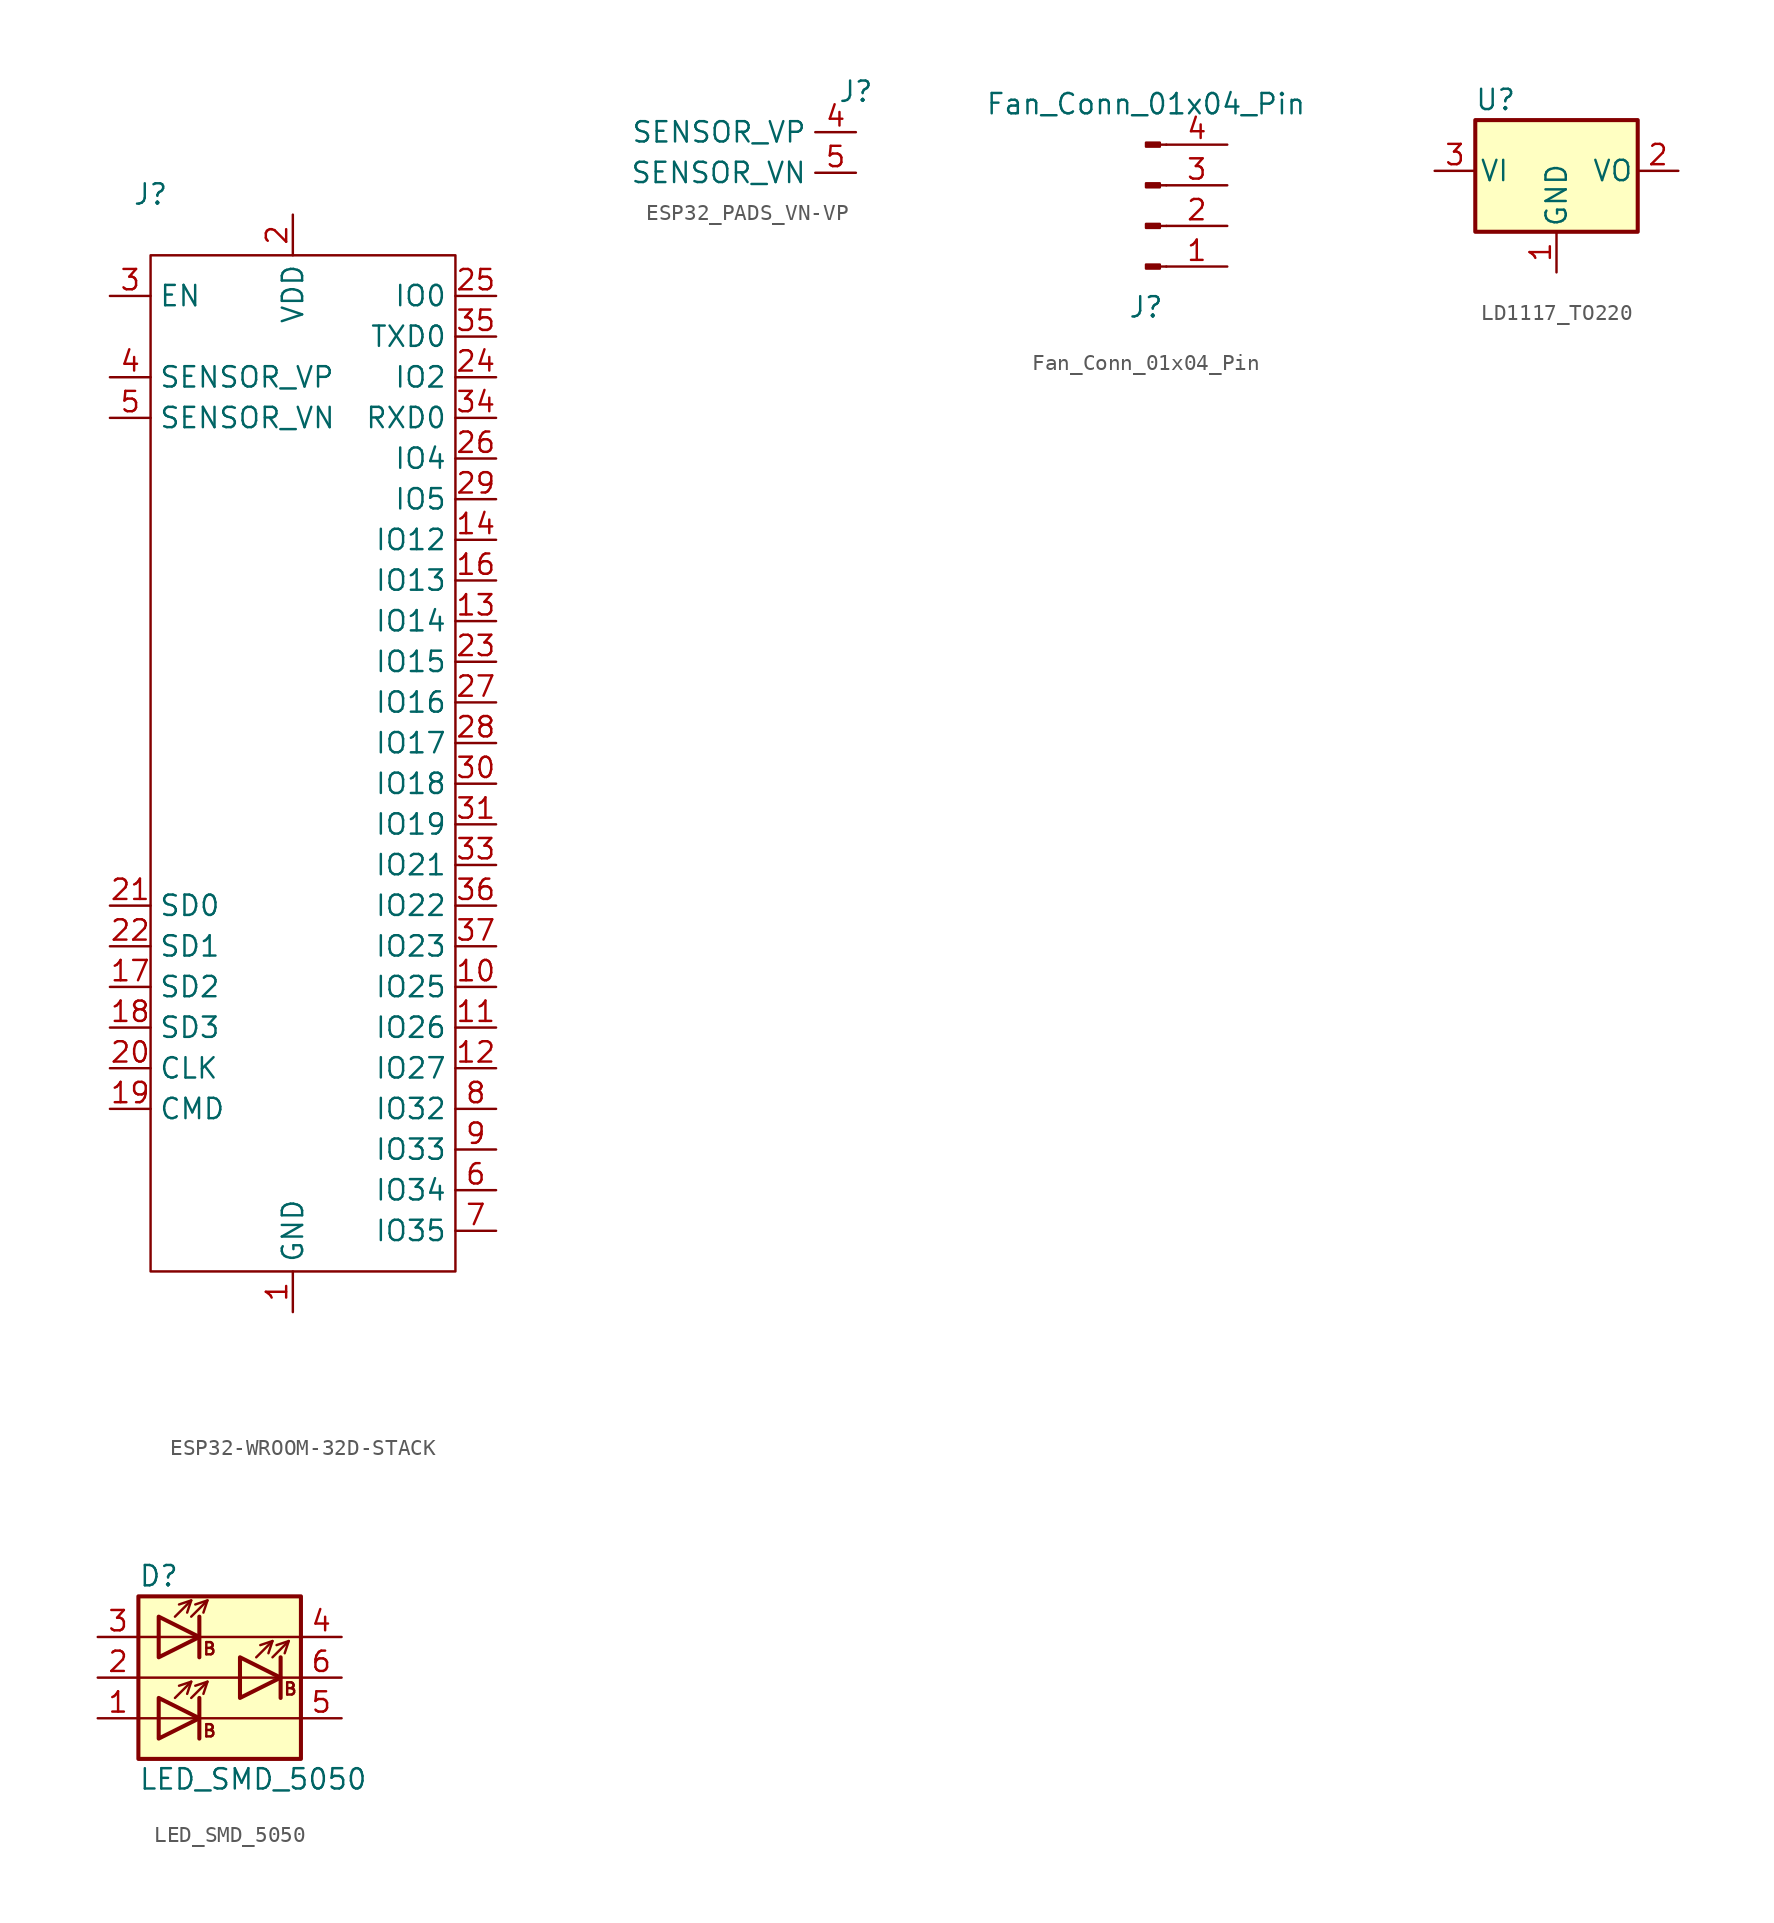
<source format=kicad_sym>
(kicad_symbol_lib
  (version 20231120)
  (generator "kicad_symbol_editor")
  (generator_version "8.0")
  (symbol "ESP32-WROOM-32D-STACK"
    (property "Reference" "J"
      (at 0 0 0)
      (effects (font (size 1.27 1.27))))
    (property "Value" ""
      (at 0 0 0)
      (effects (font (size 1.27 1.27))))
    (symbol "ESP32-WROOM-32D-STACK_0_1"
      (rectangle (start 0 -3.81) (end 19.05 -67.31) (stroke (width 0) (type default)) (fill (type none))))
    (symbol "ESP32-WROOM-32D-STACK_1_1"
      (pin power_out line (at 8.89 -69.85 90) (length 2.54) (name "GND" (effects (font (size 1.27 1.27)))) (number "1" (effects (font (size 1.27 1.27)))))
      (pin bidirectional line (at 21.59 -49.53 180) (length 2.54) (name "IO25" (effects (font (size 1.27 1.27)))) (number "10" (effects (font (size 1.27 1.27)))))
      (pin bidirectional line (at 21.59 -52.07 180) (length 2.54) (name "IO26" (effects (font (size 1.27 1.27)))) (number "11" (effects (font (size 1.27 1.27)))))
      (pin bidirectional line (at 21.59 -54.61 180) (length 2.54) (name "IO27" (effects (font (size 1.27 1.27)))) (number "12" (effects (font (size 1.27 1.27)))))
      (pin bidirectional line (at 21.59 -26.67 180) (length 2.54) (name "IO14" (effects (font (size 1.27 1.27)))) (number "13" (effects (font (size 1.27 1.27)))))
      (pin bidirectional line (at 21.59 -21.59 180) (length 2.54) (name "IO12" (effects (font (size 1.27 1.27)))) (number "14" (effects (font (size 1.27 1.27)))))
      (pin bidirectional line (at 21.59 -24.13 180) (length 2.54) (name "IO13" (effects (font (size 1.27 1.27)))) (number "16" (effects (font (size 1.27 1.27)))))
      (pin input line (at -2.54 -49.53 0) (length 2.54) (name "SD2" (effects (font (size 1.27 1.27)))) (number "17" (effects (font (size 1.27 1.27)))))
      (pin input line (at -2.54 -52.07 0) (length 2.54) (name "SD3" (effects (font (size 1.27 1.27)))) (number "18" (effects (font (size 1.27 1.27)))))
      (pin input line (at -2.54 -57.15 0) (length 2.54) (name "CMD" (effects (font (size 1.27 1.27)))) (number "19" (effects (font (size 1.27 1.27)))))
      (pin power_in line (at 8.89 -1.27 270) (length 2.54) (name "VDD" (effects (font (size 1.27 1.27)))) (number "2" (effects (font (size 1.27 1.27)))))
      (pin input line (at -2.54 -54.61 0) (length 2.54) (name "CLK" (effects (font (size 1.27 1.27)))) (number "20" (effects (font (size 1.27 1.27)))))
      (pin input line (at -2.54 -44.45 0) (length 2.54) (name "SD0" (effects (font (size 1.27 1.27)))) (number "21" (effects (font (size 1.27 1.27)))))
      (pin input line (at -2.54 -46.99 0) (length 2.54) (name "SD1" (effects (font (size 1.27 1.27)))) (number "22" (effects (font (size 1.27 1.27)))))
      (pin bidirectional line (at 21.59 -29.21 180) (length 2.54) (name "IO15" (effects (font (size 1.27 1.27)))) (number "23" (effects (font (size 1.27 1.27)))))
      (pin bidirectional line (at 21.59 -11.43 180) (length 2.54) (name "IO2" (effects (font (size 1.27 1.27)))) (number "24" (effects (font (size 1.27 1.27)))))
      (pin bidirectional line (at 21.59 -6.35 180) (length 2.54) (name "IO0" (effects (font (size 1.27 1.27)))) (number "25" (effects (font (size 1.27 1.27)))))
      (pin bidirectional line (at 21.59 -16.51 180) (length 2.54) (name "IO4" (effects (font (size 1.27 1.27)))) (number "26" (effects (font (size 1.27 1.27)))))
      (pin bidirectional line (at 21.59 -31.75 180) (length 2.54) (name "IO16" (effects (font (size 1.27 1.27)))) (number "27" (effects (font (size 1.27 1.27)))))
      (pin bidirectional line (at 21.59 -34.29 180) (length 2.54) (name "IO17" (effects (font (size 1.27 1.27)))) (number "28" (effects (font (size 1.27 1.27)))))
      (pin bidirectional line (at 21.59 -19.05 180) (length 2.54) (name "IO5" (effects (font (size 1.27 1.27)))) (number "29" (effects (font (size 1.27 1.27)))))
      (pin input line (at -2.54 -6.35 0) (length 2.54) (name "EN" (effects (font (size 1.27 1.27)))) (number "3" (effects (font (size 1.27 1.27)))))
      (pin bidirectional line (at 21.59 -36.83 180) (length 2.54) (name "IO18" (effects (font (size 1.27 1.27)))) (number "30" (effects (font (size 1.27 1.27)))))
      (pin bidirectional line (at 21.59 -39.37 180) (length 2.54) (name "IO19" (effects (font (size 1.27 1.27)))) (number "31" (effects (font (size 1.27 1.27)))))
      (pin bidirectional line (at 21.59 -41.91 180) (length 2.54) (name "IO21" (effects (font (size 1.27 1.27)))) (number "33" (effects (font (size 1.27 1.27)))))
      (pin input line (at 21.59 -13.97 180) (length 2.54) (name "RXD0" (effects (font (size 1.27 1.27)))) (number "34" (effects (font (size 1.27 1.27)))))
      (pin output line (at 21.59 -8.89 180) (length 2.54) (name "TXD0" (effects (font (size 1.27 1.27)))) (number "35" (effects (font (size 1.27 1.27)))))
      (pin bidirectional line (at 21.59 -44.45 180) (length 2.54) (name "IO22" (effects (font (size 1.27 1.27)))) (number "36" (effects (font (size 1.27 1.27)))))
      (pin bidirectional line (at 21.59 -46.99 180) (length 2.54) (name "IO23" (effects (font (size 1.27 1.27)))) (number "37" (effects (font (size 1.27 1.27)))))
      (pin input line (at -2.54 -11.43 0) (length 2.54) (name "SENSOR_VP" (effects (font (size 1.27 1.27)))) (number "4" (effects (font (size 1.27 1.27)))))
      (pin input line (at -2.54 -13.97 0) (length 2.54) (name "SENSOR_VN" (effects (font (size 1.27 1.27)))) (number "5" (effects (font (size 1.27 1.27)))))
      (pin bidirectional line (at 21.59 -62.23 180) (length 2.54) (name "IO34" (effects (font (size 1.27 1.27)))) (number "6" (effects (font (size 1.27 1.27)))))
      (pin bidirectional line (at 21.59 -64.77 180) (length 2.54) (name "IO35" (effects (font (size 1.27 1.27)))) (number "7" (effects (font (size 1.27 1.27)))))
      (pin bidirectional line (at 21.59 -57.15 180) (length 2.54) (name "IO32" (effects (font (size 1.27 1.27)))) (number "8" (effects (font (size 1.27 1.27)))))
      (pin bidirectional line (at 21.59 -59.69 180) (length 2.54) (name "IO33" (effects (font (size 1.27 1.27)))) (number "9" (effects (font (size 1.27 1.27)))))))
  (symbol "ESP32_PADS_VN-VP"
    (property "Reference" "J"
      (at 0 0 0)
      (effects (font (size 1.27 1.27))))
    (property "Value" ""
      (at 0 0 0)
      (effects (font (size 1.27 1.27))))
    (symbol "ESP32_PADS_VN-VP_1_1"
      (pin bidirectional line (at 0 -2.54 180) (length 2.54) (name "SENSOR_VP" (effects (font (size 1.27 1.27)))) (number "4" (effects (font (size 1.27 1.27)))))
      (pin bidirectional line (at 0 -5.08 180) (length 2.54) (name "SENSOR_VN" (effects (font (size 1.27 1.27)))) (number "5" (effects (font (size 1.27 1.27)))))))
  (symbol "Fan_Conn_01x04_Pin"
    (pin_names
      (offset 1.016) hide)
    (property "Reference" "J"
      (at 0 -7.62 0)
      (effects (font (size 1.27 1.27))))
    (property "Value" "Fan_Conn_01x04_Pin"
      (at 0 5.08 0)
      (effects (font (size 1.27 1.27))))
    (property "ki_locked" ""
      (at 0 0 0)
      (effects (font (size 1.27 1.27))))
    (symbol "Fan_Conn_01x04_Pin_1_1"
      (rectangle (start 0 -4.953) (end 0.864 -5.207) (stroke (width 0.152) (type default)) (fill (type outline)))
      (rectangle (start 0 -2.413) (end 0.864 -2.667) (stroke (width 0.152) (type default)) (fill (type outline)))
      (polyline (pts (xy 1.27 -5.08) (xy 0.864 -5.08)) (stroke (width 0.152) (type default)) (fill (type none)))
      (polyline (pts (xy 1.27 -2.54) (xy 0.864 -2.54)) (stroke (width 0.152) (type default)) (fill (type none)))
      (polyline (pts (xy 1.27 0) (xy 0.864 0)) (stroke (width 0.152) (type default)) (fill (type none)))
      (polyline (pts (xy 1.27 2.54) (xy 0.864 2.54)) (stroke (width 0.152) (type default)) (fill (type none)))
      (rectangle (start 0 0.127) (end 0.864 -0.127) (stroke (width 0.152) (type default)) (fill (type outline)))
      (rectangle (start 0 2.667) (end 0.864 2.413) (stroke (width 0.152) (type default)) (fill (type outline)))
      (pin passive line (at 5.08 -5.08 180) (length 3.81) (name "GND" (effects (font (size 1.27 1.27)))) (number "1" (effects (font (size 1.27 1.27)))))
      (pin passive line (at 5.08 -2.54 180) (length 3.81) (name "12V" (effects (font (size 1.27 1.27)))) (number "2" (effects (font (size 1.27 1.27)))))
      (pin passive line (at 5.08 0 180) (length 3.81) (name "SENSE" (effects (font (size 1.27 1.27)))) (number "3" (effects (font (size 1.27 1.27)))))
      (pin passive line (at 5.08 2.54 180) (length 3.81) (name "CTRL" (effects (font (size 1.27 1.27)))) (number "4" (effects (font (size 1.27 1.27)))))))
  (symbol "LD1117_TO220"
    (pin_names
      (offset 0.254))
    (property "Reference" "U"
      (at -3.81 3.175 0)
      (effects (font (size 1.27 1.27))))
    (symbol "LD1117_TO220_0_1"
      (rectangle (start -5.08 1.905) (end 5.08 -5.08) (stroke (width 0.254) (type default)) (fill (type background))))
    (symbol "LD1117_TO220_1_1"
      (pin power_in line (at 0 -7.62 90) (length 2.54) (name "GND" (effects (font (size 1.27 1.27)))) (number "1" (effects (font (size 1.27 1.27)))))
      (pin power_out line (at 7.62 -1.27 180) (length 2.54) (name "VO" (effects (font (size 1.27 1.27)))) (number "2" (effects (font (size 1.27 1.27)))))
      (pin power_in line (at -7.62 -1.27 0) (length 2.54) (name "VI" (effects (font (size 1.27 1.27)))) (number "3" (effects (font (size 1.27 1.27)))))))
  (symbol "LED_SMD_5050"
    (pin_names hide)
    (property "Reference" "D"
      (at -5.08 6.35 0)
      (effects (font (size 1.27 1.27)) (justify left)))
    (property "Value" "LED_SMD_5050"
      (at -5.08 -6.35 0)
      (effects (font (size 1.27 1.27)) (justify left)))
    (symbol "LED_SMD_5050_0_0"
      (text "B" (at -0.635 -3.327 0) (effects (font (size 0.762 0.762)))))
    (symbol "LED_SMD_5050_0_1"
      (rectangle (start -5.08 5.08) (end 5.08 -5.08) (stroke (width 0.254) (type default)) (fill (type background)))
      (polyline (pts (xy -5.08 -2.54) (xy 5.08 -2.54)) (stroke (width 0) (type default)) (fill (type none)))
      (polyline (pts (xy -5.08 0) (xy 5.08 0)) (stroke (width 0) (type default)) (fill (type none)))
      (polyline (pts (xy -5.08 2.54) (xy 5.08 2.54)) (stroke (width 0) (type default)) (fill (type none)))
      (polyline (pts (xy -2.794 -1.27) (xy -1.778 -0.254)) (stroke (width 0) (type default)) (fill (type none)))
      (polyline (pts (xy -2.794 3.81) (xy -1.778 4.826)) (stroke (width 0) (type default)) (fill (type none)))
      (polyline (pts (xy -1.778 -1.27) (xy -0.762 -0.254)) (stroke (width 0) (type default)) (fill (type none)))
      (polyline (pts (xy -1.778 3.81) (xy -0.762 4.826)) (stroke (width 0) (type default)) (fill (type none)))
      (polyline (pts (xy -1.27 -1.27) (xy -1.27 -3.81)) (stroke (width 0.254) (type default)) (fill (type none)))
      (polyline (pts (xy -1.27 3.81) (xy -1.27 1.27)) (stroke (width 0.254) (type default)) (fill (type none)))
      (polyline (pts (xy 2.286 1.27) (xy 3.302 2.286)) (stroke (width 0) (type default)) (fill (type none)))
      (polyline (pts (xy 3.302 1.27) (xy 4.318 2.286)) (stroke (width 0) (type default)) (fill (type none)))
      (polyline (pts (xy 3.81 1.27) (xy 3.81 -1.27)) (stroke (width 0.254) (type default)) (fill (type none)))
      (polyline (pts (xy -2.54 4.572) (xy -1.778 4.826) (xy -2.032 4.064)) (stroke (width 0) (type default)) (fill (type none)))
      (polyline (pts (xy -2.032 -1.016) (xy -1.778 -0.254) (xy -2.54 -0.508)) (stroke (width 0) (type default)) (fill (type none)))
      (polyline (pts (xy -1.524 -0.508) (xy -0.762 -0.254) (xy -1.016 -1.016)) (stroke (width 0) (type default)) (fill (type none)))
      (polyline (pts (xy -1.524 4.572) (xy -0.762 4.826) (xy -1.016 4.064)) (stroke (width 0) (type default)) (fill (type none)))
      (polyline (pts (xy 3.048 1.524) (xy 3.302 2.286) (xy 2.54 2.032)) (stroke (width 0) (type default)) (fill (type none)))
      (polyline (pts (xy 3.556 2.032) (xy 4.318 2.286) (xy 4.064 1.524)) (stroke (width 0) (type default)) (fill (type none)))
      (polyline (pts (xy -3.81 -1.27) (xy -3.81 -3.81) (xy -1.27 -2.54) (xy -3.81 -1.27)) (stroke (width 0.254) (type default)) (fill (type none)))
      (polyline (pts (xy -3.81 3.81) (xy -3.81 1.27) (xy -1.27 2.54) (xy -3.81 3.81)) (stroke (width 0.254) (type default)) (fill (type none)))
      (polyline (pts (xy 1.27 1.27) (xy 1.27 -1.27) (xy 3.81 0) (xy 1.27 1.27)) (stroke (width 0.254) (type default)) (fill (type none))))
    (symbol "LED_SMD_5050_1_0"
      (text "B" (at -0.635 1.803 0) (effects (font (size 0.762 0.762))))
      (text "B" (at 4.42 -0.711 0) (effects (font (size 0.762 0.762)))))
    (symbol "LED_SMD_5050_1_1"
      (pin passive line (at -7.62 -2.54 0) (length 2.54) (name "AB" (effects (font (size 1.27 1.27)))) (number "1" (effects (font (size 1.27 1.27)))))
      (pin passive line (at -7.62 0 0) (length 2.54) (name "KB" (effects (font (size 1.27 1.27)))) (number "2" (effects (font (size 1.27 1.27)))))
      (pin passive line (at -7.62 2.54 0) (length 2.54) (name "AR" (effects (font (size 1.27 1.27)))) (number "3" (effects (font (size 1.27 1.27)))))
      (pin passive line (at 7.62 2.54 180) (length 2.54) (name "KR" (effects (font (size 1.27 1.27)))) (number "4" (effects (font (size 1.27 1.27)))))
      (pin passive line (at 7.62 -2.54 180) (length 2.54) (name "AG" (effects (font (size 1.27 1.27)))) (number "5" (effects (font (size 1.27 1.27)))))
      (pin passive line (at 7.62 0 180) (length 2.54) (name "KR" (effects (font (size 1.27 1.27)))) (number "6" (effects (font (size 1.27 1.27))))))))
</source>
